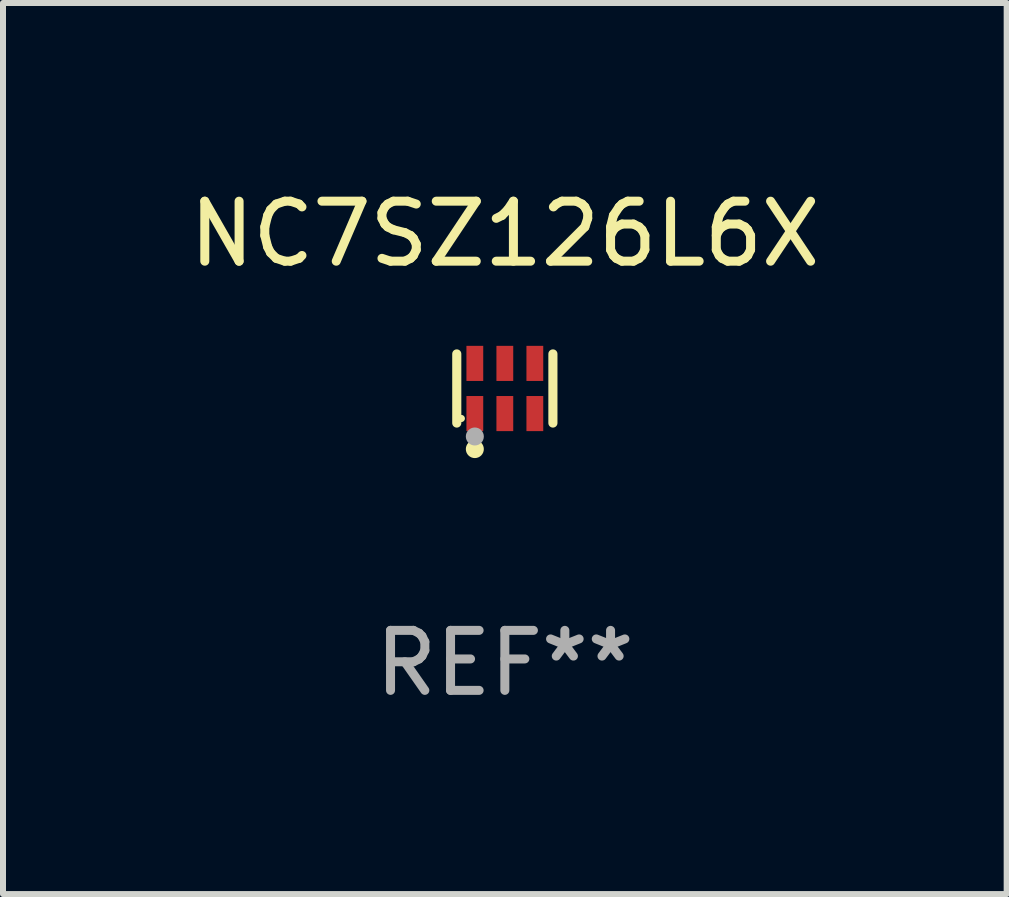
<source format=kicad_pcb>
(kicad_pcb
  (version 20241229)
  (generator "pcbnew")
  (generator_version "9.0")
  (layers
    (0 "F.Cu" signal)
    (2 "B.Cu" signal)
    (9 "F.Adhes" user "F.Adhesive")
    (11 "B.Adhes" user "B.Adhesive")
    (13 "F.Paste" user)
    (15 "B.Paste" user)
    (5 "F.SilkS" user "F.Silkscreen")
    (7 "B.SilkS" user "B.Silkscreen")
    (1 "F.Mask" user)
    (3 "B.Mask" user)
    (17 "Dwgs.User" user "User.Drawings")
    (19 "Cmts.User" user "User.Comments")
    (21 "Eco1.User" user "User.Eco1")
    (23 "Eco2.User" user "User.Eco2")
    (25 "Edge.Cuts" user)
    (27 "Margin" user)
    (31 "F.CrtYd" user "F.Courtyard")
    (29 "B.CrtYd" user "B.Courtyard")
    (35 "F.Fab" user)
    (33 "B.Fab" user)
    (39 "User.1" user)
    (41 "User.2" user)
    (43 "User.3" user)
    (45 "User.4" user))
  (footprint "NC7SZ126L6X"
    (layer "F.Cu")
    (at 5.363 3.424)
    (property "Reference" "NC7SZ126L6X" (at 0 -2.576 0) (layer "F.SilkS") (effects (font (size 1 1) (thickness 0.15))))
    (attr through_hole)
    (fp_line (start -0.801 0.576) (end -0.801 -0.576) (stroke (width 0.152) (type solid)) (layer "F.SilkS"))
    (fp_line (start 0.801 0.576) (end 0.801 -0.576) (stroke (width 0.152) (type solid)) (layer "F.SilkS"))
    (fp_circle (center -0.725 0.5) (end -0.695 0.5) (stroke (width 0.06) (type solid)) (fill no) (layer "F.SilkS"))
    (fp_circle (center -0.5 1.01) (end -0.425 1.01) (stroke (width 0.15) (type solid)) (fill no) (layer "F.SilkS"))
    (fp_circle (center -0.5 0.8) (end -0.425 0.8) (stroke (width 0.15) (type solid)) (fill no) (layer "F.Fab"))
    (fp_text user "REF**" (at 0 4.576 0) (layer "F.Fab") (effects (font (size 1 1) (thickness 0.15))))
    (pad "1" smd rect (at -0.5 0.418) (size 0.28 0.585) (layers "F.Cu" "F.Mask" "F.Paste"))
    (pad "2" smd rect (at 0 0.418) (size 0.28 0.585) (layers "F.Cu" "F.Mask" "F.Paste"))
    (pad "3" smd rect (at 0.5 0.418) (size 0.28 0.585) (layers "F.Cu" "F.Mask" "F.Paste"))
    (pad "4" smd rect (at 0.5 -0.418) (size 0.28 0.585) (layers "F.Cu" "F.Mask" "F.Paste"))
    (pad "5" smd rect (at 0 -0.418) (size 0.28 0.585) (layers "F.Cu" "F.Mask" "F.Paste"))
    (pad "6" smd rect (at -0.5 -0.418) (size 0.28 0.585) (layers "F.Cu" "F.Mask" "F.Paste")))
  (gr_rect
    (start -3 -3)
    (end 13.726 11.849)
    (stroke (width 0.1) (type default))
    (fill no)
    (layer "Edge.Cuts")))
</source>
